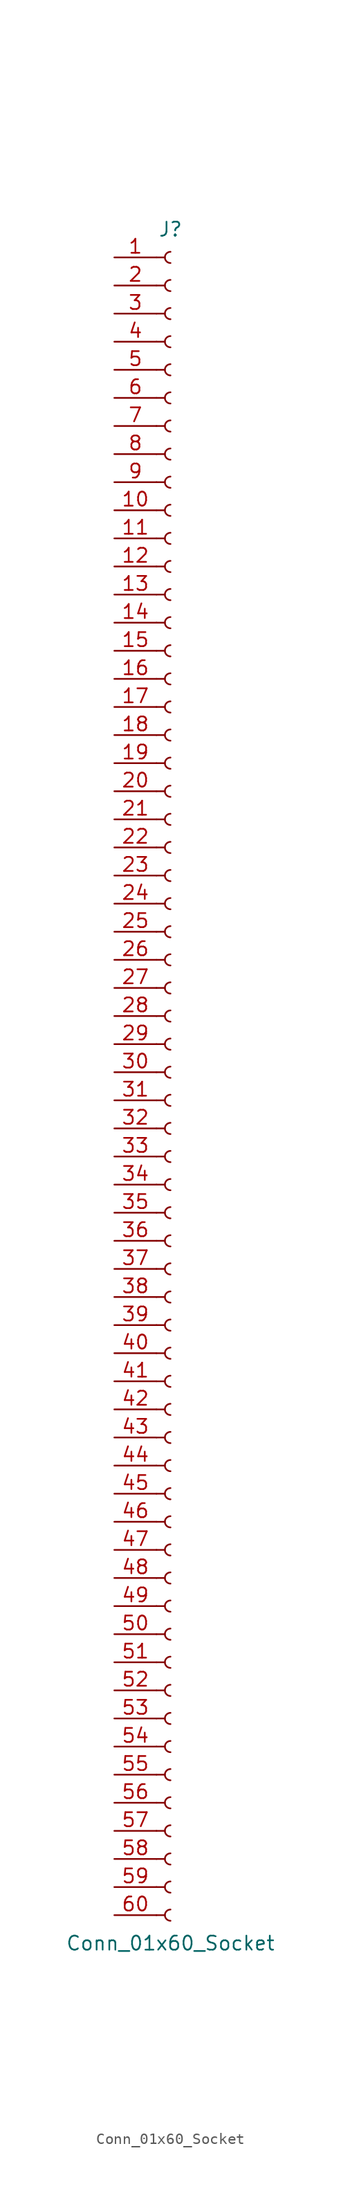
<source format=kicad_sym>
(kicad_symbol_lib
  (version 20241209)
  (generator "kicad_symbol_editor")
  (generator_version "9.0")
  (symbol "Conn_01x60_Socket"
    (pin_names
      (offset 1.016)
      (hide yes))
    (property "Reference" "J"
      (at 0 76.2 0)
      (effects (font (size 1.27 1.27))))
    (property "Value" "Conn_01x60_Socket"
      (at 0 -78.74 0)
      (effects (font (size 1.27 1.27))))
    (property "ki_locked" ""
      (at 0 0 0)
      (effects (font (size 1.27 1.27))))
    (symbol "Conn_01x60_Socket_1_1"
      (polyline (pts (xy -1.27 73.66) (xy -0.508 73.66)) (stroke (width 0.152) (type default)) (fill (type none)))
      (polyline (pts (xy -1.27 71.12) (xy -0.508 71.12)) (stroke (width 0.152) (type default)) (fill (type none)))
      (polyline (pts (xy -1.27 68.58) (xy -0.508 68.58)) (stroke (width 0.152) (type default)) (fill (type none)))
      (polyline (pts (xy -1.27 66.04) (xy -0.508 66.04)) (stroke (width 0.152) (type default)) (fill (type none)))
      (polyline (pts (xy -1.27 63.5) (xy -0.508 63.5)) (stroke (width 0.152) (type default)) (fill (type none)))
      (polyline (pts (xy -1.27 60.96) (xy -0.508 60.96)) (stroke (width 0.152) (type default)) (fill (type none)))
      (polyline (pts (xy -1.27 58.42) (xy -0.508 58.42)) (stroke (width 0.152) (type default)) (fill (type none)))
      (polyline (pts (xy -1.27 55.88) (xy -0.508 55.88)) (stroke (width 0.152) (type default)) (fill (type none)))
      (polyline (pts (xy -1.27 53.34) (xy -0.508 53.34)) (stroke (width 0.152) (type default)) (fill (type none)))
      (polyline (pts (xy -1.27 50.8) (xy -0.508 50.8)) (stroke (width 0.152) (type default)) (fill (type none)))
      (polyline (pts (xy -1.27 48.26) (xy -0.508 48.26)) (stroke (width 0.152) (type default)) (fill (type none)))
      (polyline (pts (xy -1.27 45.72) (xy -0.508 45.72)) (stroke (width 0.152) (type default)) (fill (type none)))
      (polyline (pts (xy -1.27 43.18) (xy -0.508 43.18)) (stroke (width 0.152) (type default)) (fill (type none)))
      (polyline (pts (xy -1.27 40.64) (xy -0.508 40.64)) (stroke (width 0.152) (type default)) (fill (type none)))
      (polyline (pts (xy -1.27 38.1) (xy -0.508 38.1)) (stroke (width 0.152) (type default)) (fill (type none)))
      (polyline (pts (xy -1.27 35.56) (xy -0.508 35.56)) (stroke (width 0.152) (type default)) (fill (type none)))
      (polyline (pts (xy -1.27 33.02) (xy -0.508 33.02)) (stroke (width 0.152) (type default)) (fill (type none)))
      (polyline (pts (xy -1.27 30.48) (xy -0.508 30.48)) (stroke (width 0.152) (type default)) (fill (type none)))
      (polyline (pts (xy -1.27 27.94) (xy -0.508 27.94)) (stroke (width 0.152) (type default)) (fill (type none)))
      (polyline (pts (xy -1.27 25.4) (xy -0.508 25.4)) (stroke (width 0.152) (type default)) (fill (type none)))
      (polyline (pts (xy -1.27 22.86) (xy -0.508 22.86)) (stroke (width 0.152) (type default)) (fill (type none)))
      (polyline (pts (xy -1.27 20.32) (xy -0.508 20.32)) (stroke (width 0.152) (type default)) (fill (type none)))
      (polyline (pts (xy -1.27 17.78) (xy -0.508 17.78)) (stroke (width 0.152) (type default)) (fill (type none)))
      (polyline (pts (xy -1.27 15.24) (xy -0.508 15.24)) (stroke (width 0.152) (type default)) (fill (type none)))
      (polyline (pts (xy -1.27 12.7) (xy -0.508 12.7)) (stroke (width 0.152) (type default)) (fill (type none)))
      (polyline (pts (xy -1.27 10.16) (xy -0.508 10.16)) (stroke (width 0.152) (type default)) (fill (type none)))
      (polyline (pts (xy -1.27 7.62) (xy -0.508 7.62)) (stroke (width 0.152) (type default)) (fill (type none)))
      (polyline (pts (xy -1.27 5.08) (xy -0.508 5.08)) (stroke (width 0.152) (type default)) (fill (type none)))
      (polyline (pts (xy -1.27 2.54) (xy -0.508 2.54)) (stroke (width 0.152) (type default)) (fill (type none)))
      (polyline (pts (xy -1.27 0) (xy -0.508 0)) (stroke (width 0.152) (type default)) (fill (type none)))
      (polyline (pts (xy -1.27 -2.54) (xy -0.508 -2.54)) (stroke (width 0.152) (type default)) (fill (type none)))
      (polyline (pts (xy -1.27 -5.08) (xy -0.508 -5.08)) (stroke (width 0.152) (type default)) (fill (type none)))
      (polyline (pts (xy -1.27 -7.62) (xy -0.508 -7.62)) (stroke (width 0.152) (type default)) (fill (type none)))
      (polyline (pts (xy -1.27 -10.16) (xy -0.508 -10.16)) (stroke (width 0.152) (type default)) (fill (type none)))
      (polyline (pts (xy -1.27 -12.7) (xy -0.508 -12.7)) (stroke (width 0.152) (type default)) (fill (type none)))
      (polyline (pts (xy -1.27 -15.24) (xy -0.508 -15.24)) (stroke (width 0.152) (type default)) (fill (type none)))
      (polyline (pts (xy -1.27 -17.78) (xy -0.508 -17.78)) (stroke (width 0.152) (type default)) (fill (type none)))
      (polyline (pts (xy -1.27 -20.32) (xy -0.508 -20.32)) (stroke (width 0.152) (type default)) (fill (type none)))
      (polyline (pts (xy -1.27 -22.86) (xy -0.508 -22.86)) (stroke (width 0.152) (type default)) (fill (type none)))
      (polyline (pts (xy -1.27 -25.4) (xy -0.508 -25.4)) (stroke (width 0.152) (type default)) (fill (type none)))
      (polyline (pts (xy -1.27 -27.94) (xy -0.508 -27.94)) (stroke (width 0.152) (type default)) (fill (type none)))
      (polyline (pts (xy -1.27 -30.48) (xy -0.508 -30.48)) (stroke (width 0.152) (type default)) (fill (type none)))
      (polyline (pts (xy -1.27 -33.02) (xy -0.508 -33.02)) (stroke (width 0.152) (type default)) (fill (type none)))
      (polyline (pts (xy -1.27 -35.56) (xy -0.508 -35.56)) (stroke (width 0.152) (type default)) (fill (type none)))
      (polyline (pts (xy -1.27 -38.1) (xy -0.508 -38.1)) (stroke (width 0.152) (type default)) (fill (type none)))
      (polyline (pts (xy -1.27 -40.64) (xy -0.508 -40.64)) (stroke (width 0.152) (type default)) (fill (type none)))
      (polyline (pts (xy -1.27 -43.18) (xy -0.508 -43.18)) (stroke (width 0.152) (type default)) (fill (type none)))
      (polyline (pts (xy -1.27 -45.72) (xy -0.508 -45.72)) (stroke (width 0.152) (type default)) (fill (type none)))
      (polyline (pts (xy -1.27 -48.26) (xy -0.508 -48.26)) (stroke (width 0.152) (type default)) (fill (type none)))
      (polyline (pts (xy -1.27 -50.8) (xy -0.508 -50.8)) (stroke (width 0.152) (type default)) (fill (type none)))
      (polyline (pts (xy -1.27 -53.34) (xy -0.508 -53.34)) (stroke (width 0.152) (type default)) (fill (type none)))
      (polyline (pts (xy -1.27 -55.88) (xy -0.508 -55.88)) (stroke (width 0.152) (type default)) (fill (type none)))
      (polyline (pts (xy -1.27 -58.42) (xy -0.508 -58.42)) (stroke (width 0.152) (type default)) (fill (type none)))
      (polyline (pts (xy -1.27 -60.96) (xy -0.508 -60.96)) (stroke (width 0.152) (type default)) (fill (type none)))
      (polyline (pts (xy -1.27 -63.5) (xy -0.508 -63.5)) (stroke (width 0.152) (type default)) (fill (type none)))
      (polyline (pts (xy -1.27 -66.04) (xy -0.508 -66.04)) (stroke (width 0.152) (type default)) (fill (type none)))
      (polyline (pts (xy -1.27 -68.58) (xy -0.508 -68.58)) (stroke (width 0.152) (type default)) (fill (type none)))
      (polyline (pts (xy -1.27 -71.12) (xy -0.508 -71.12)) (stroke (width 0.152) (type default)) (fill (type none)))
      (polyline (pts (xy -1.27 -73.66) (xy -0.508 -73.66)) (stroke (width 0.152) (type default)) (fill (type none)))
      (polyline (pts (xy -1.27 -76.2) (xy -0.508 -76.2)) (stroke (width 0.152) (type default)) (fill (type none)))
      (arc (start 0 73.152) (mid -0.5058 73.66) (end 0 74.168) (stroke (width 0.1524) (type default)) (fill (type none)))
      (arc (start 0 70.612) (mid -0.5058 71.12) (end 0 71.628) (stroke (width 0.1524) (type default)) (fill (type none)))
      (arc (start 0 68.072) (mid -0.5058 68.58) (end 0 69.088) (stroke (width 0.1524) (type default)) (fill (type none)))
      (arc (start 0 65.532) (mid -0.5058 66.04) (end 0 66.548) (stroke (width 0.1524) (type default)) (fill (type none)))
      (arc (start 0 62.992) (mid -0.5058 63.5) (end 0 64.008) (stroke (width 0.1524) (type default)) (fill (type none)))
      (arc (start 0 60.452) (mid -0.5058 60.96) (end 0 61.468) (stroke (width 0.1524) (type default)) (fill (type none)))
      (arc (start 0 57.912) (mid -0.5058 58.42) (end 0 58.928) (stroke (width 0.1524) (type default)) (fill (type none)))
      (arc (start 0 55.372) (mid -0.5058 55.88) (end 0 56.388) (stroke (width 0.1524) (type default)) (fill (type none)))
      (arc (start 0 52.832) (mid -0.5058 53.34) (end 0 53.848) (stroke (width 0.1524) (type default)) (fill (type none)))
      (arc (start 0 50.292) (mid -0.5058 50.8) (end 0 51.308) (stroke (width 0.1524) (type default)) (fill (type none)))
      (arc (start 0 47.752) (mid -0.5058 48.26) (end 0 48.768) (stroke (width 0.1524) (type default)) (fill (type none)))
      (arc (start 0 45.212) (mid -0.5058 45.72) (end 0 46.228) (stroke (width 0.1524) (type default)) (fill (type none)))
      (arc (start 0 42.672) (mid -0.5058 43.18) (end 0 43.688) (stroke (width 0.1524) (type default)) (fill (type none)))
      (arc (start 0 40.132) (mid -0.5058 40.64) (end 0 41.148) (stroke (width 0.1524) (type default)) (fill (type none)))
      (arc (start 0 37.592) (mid -0.5058 38.1) (end 0 38.608) (stroke (width 0.1524) (type default)) (fill (type none)))
      (arc (start 0 35.052) (mid -0.5058 35.56) (end 0 36.068) (stroke (width 0.1524) (type default)) (fill (type none)))
      (arc (start 0 32.512) (mid -0.5058 33.02) (end 0 33.528) (stroke (width 0.1524) (type default)) (fill (type none)))
      (arc (start 0 29.972) (mid -0.5058 30.48) (end 0 30.988) (stroke (width 0.1524) (type default)) (fill (type none)))
      (arc (start 0 27.432) (mid -0.5058 27.94) (end 0 28.448) (stroke (width 0.1524) (type default)) (fill (type none)))
      (arc (start 0 24.892) (mid -0.5058 25.4) (end 0 25.908) (stroke (width 0.1524) (type default)) (fill (type none)))
      (arc (start 0 22.352) (mid -0.5058 22.86) (end 0 23.368) (stroke (width 0.1524) (type default)) (fill (type none)))
      (arc (start 0 19.812) (mid -0.5058 20.32) (end 0 20.828) (stroke (width 0.1524) (type default)) (fill (type none)))
      (arc (start 0 17.272) (mid -0.5058 17.78) (end 0 18.288) (stroke (width 0.1524) (type default)) (fill (type none)))
      (arc (start 0 14.732) (mid -0.5058 15.24) (end 0 15.748) (stroke (width 0.1524) (type default)) (fill (type none)))
      (arc (start 0 12.192) (mid -0.5058 12.7) (end 0 13.208) (stroke (width 0.1524) (type default)) (fill (type none)))
      (arc (start 0 9.652) (mid -0.5058 10.16) (end 0 10.668) (stroke (width 0.1524) (type default)) (fill (type none)))
      (arc (start 0 7.112) (mid -0.5058 7.62) (end 0 8.128) (stroke (width 0.1524) (type default)) (fill (type none)))
      (arc (start 0 4.572) (mid -0.5058 5.08) (end 0 5.588) (stroke (width 0.1524) (type default)) (fill (type none)))
      (arc (start 0 2.032) (mid -0.5058 2.54) (end 0 3.048) (stroke (width 0.1524) (type default)) (fill (type none)))
      (arc (start 0 -0.508) (mid -0.5058 0) (end 0 0.508) (stroke (width 0.1524) (type default)) (fill (type none)))
      (arc (start 0 -3.048) (mid -0.5058 -2.54) (end 0 -2.032) (stroke (width 0.1524) (type default)) (fill (type none)))
      (arc (start 0 -5.588) (mid -0.5058 -5.08) (end 0 -4.572) (stroke (width 0.1524) (type default)) (fill (type none)))
      (arc (start 0 -8.128) (mid -0.5058 -7.62) (end 0 -7.112) (stroke (width 0.1524) (type default)) (fill (type none)))
      (arc (start 0 -10.668) (mid -0.5058 -10.16) (end 0 -9.652) (stroke (width 0.1524) (type default)) (fill (type none)))
      (arc (start 0 -13.208) (mid -0.5058 -12.7) (end 0 -12.192) (stroke (width 0.1524) (type default)) (fill (type none)))
      (arc (start 0 -15.748) (mid -0.5058 -15.24) (end 0 -14.732) (stroke (width 0.1524) (type default)) (fill (type none)))
      (arc (start 0 -18.288) (mid -0.5058 -17.78) (end 0 -17.272) (stroke (width 0.1524) (type default)) (fill (type none)))
      (arc (start 0 -20.828) (mid -0.5058 -20.32) (end 0 -19.812) (stroke (width 0.1524) (type default)) (fill (type none)))
      (arc (start 0 -23.368) (mid -0.5058 -22.86) (end 0 -22.352) (stroke (width 0.1524) (type default)) (fill (type none)))
      (arc (start 0 -25.908) (mid -0.5058 -25.4) (end 0 -24.892) (stroke (width 0.1524) (type default)) (fill (type none)))
      (arc (start 0 -28.448) (mid -0.5058 -27.94) (end 0 -27.432) (stroke (width 0.1524) (type default)) (fill (type none)))
      (arc (start 0 -30.988) (mid -0.5058 -30.48) (end 0 -29.972) (stroke (width 0.1524) (type default)) (fill (type none)))
      (arc (start 0 -33.528) (mid -0.5058 -33.02) (end 0 -32.512) (stroke (width 0.1524) (type default)) (fill (type none)))
      (arc (start 0 -36.068) (mid -0.5058 -35.56) (end 0 -35.052) (stroke (width 0.1524) (type default)) (fill (type none)))
      (arc (start 0 -38.608) (mid -0.5058 -38.1) (end 0 -37.592) (stroke (width 0.1524) (type default)) (fill (type none)))
      (arc (start 0 -41.148) (mid -0.5058 -40.64) (end 0 -40.132) (stroke (width 0.1524) (type default)) (fill (type none)))
      (arc (start 0 -43.688) (mid -0.5058 -43.18) (end 0 -42.672) (stroke (width 0.1524) (type default)) (fill (type none)))
      (arc (start 0 -46.228) (mid -0.5058 -45.72) (end 0 -45.212) (stroke (width 0.1524) (type default)) (fill (type none)))
      (arc (start 0 -48.768) (mid -0.5058 -48.26) (end 0 -47.752) (stroke (width 0.1524) (type default)) (fill (type none)))
      (arc (start 0 -51.308) (mid -0.5058 -50.8) (end 0 -50.292) (stroke (width 0.1524) (type default)) (fill (type none)))
      (arc (start 0 -53.848) (mid -0.5058 -53.34) (end 0 -52.832) (stroke (width 0.1524) (type default)) (fill (type none)))
      (arc (start 0 -56.388) (mid -0.5058 -55.88) (end 0 -55.372) (stroke (width 0.1524) (type default)) (fill (type none)))
      (arc (start 0 -58.928) (mid -0.5058 -58.42) (end 0 -57.912) (stroke (width 0.1524) (type default)) (fill (type none)))
      (arc (start 0 -61.468) (mid -0.5058 -60.96) (end 0 -60.452) (stroke (width 0.1524) (type default)) (fill (type none)))
      (arc (start 0 -64.008) (mid -0.5058 -63.5) (end 0 -62.992) (stroke (width 0.1524) (type default)) (fill (type none)))
      (arc (start 0 -66.548) (mid -0.5058 -66.04) (end 0 -65.532) (stroke (width 0.1524) (type default)) (fill (type none)))
      (arc (start 0 -69.088) (mid -0.5058 -68.58) (end 0 -68.072) (stroke (width 0.1524) (type default)) (fill (type none)))
      (arc (start 0 -71.628) (mid -0.5058 -71.12) (end 0 -70.612) (stroke (width 0.1524) (type default)) (fill (type none)))
      (arc (start 0 -74.168) (mid -0.5058 -73.66) (end 0 -73.152) (stroke (width 0.1524) (type default)) (fill (type none)))
      (arc (start 0 -76.708) (mid -0.5058 -76.2) (end 0 -75.692) (stroke (width 0.1524) (type default)) (fill (type none)))
      (pin passive line (at -5.08 73.66 0) (length 3.81) (name "Pin_1" (effects (font (size 1.27 1.27)))) (number "1" (effects (font (size 1.27 1.27)))))
      (pin passive line (at -5.08 71.12 0) (length 3.81) (name "Pin_2" (effects (font (size 1.27 1.27)))) (number "2" (effects (font (size 1.27 1.27)))))
      (pin passive line (at -5.08 68.58 0) (length 3.81) (name "Pin_3" (effects (font (size 1.27 1.27)))) (number "3" (effects (font (size 1.27 1.27)))))
      (pin passive line (at -5.08 66.04 0) (length 3.81) (name "Pin_4" (effects (font (size 1.27 1.27)))) (number "4" (effects (font (size 1.27 1.27)))))
      (pin passive line (at -5.08 63.5 0) (length 3.81) (name "Pin_5" (effects (font (size 1.27 1.27)))) (number "5" (effects (font (size 1.27 1.27)))))
      (pin passive line (at -5.08 60.96 0) (length 3.81) (name "Pin_6" (effects (font (size 1.27 1.27)))) (number "6" (effects (font (size 1.27 1.27)))))
      (pin passive line (at -5.08 58.42 0) (length 3.81) (name "Pin_7" (effects (font (size 1.27 1.27)))) (number "7" (effects (font (size 1.27 1.27)))))
      (pin passive line (at -5.08 55.88 0) (length 3.81) (name "Pin_8" (effects (font (size 1.27 1.27)))) (number "8" (effects (font (size 1.27 1.27)))))
      (pin passive line (at -5.08 53.34 0) (length 3.81) (name "Pin_9" (effects (font (size 1.27 1.27)))) (number "9" (effects (font (size 1.27 1.27)))))
      (pin passive line (at -5.08 50.8 0) (length 3.81) (name "Pin_10" (effects (font (size 1.27 1.27)))) (number "10" (effects (font (size 1.27 1.27)))))
      (pin passive line (at -5.08 48.26 0) (length 3.81) (name "Pin_11" (effects (font (size 1.27 1.27)))) (number "11" (effects (font (size 1.27 1.27)))))
      (pin passive line (at -5.08 45.72 0) (length 3.81) (name "Pin_12" (effects (font (size 1.27 1.27)))) (number "12" (effects (font (size 1.27 1.27)))))
      (pin passive line (at -5.08 43.18 0) (length 3.81) (name "Pin_13" (effects (font (size 1.27 1.27)))) (number "13" (effects (font (size 1.27 1.27)))))
      (pin passive line (at -5.08 40.64 0) (length 3.81) (name "Pin_14" (effects (font (size 1.27 1.27)))) (number "14" (effects (font (size 1.27 1.27)))))
      (pin passive line (at -5.08 38.1 0) (length 3.81) (name "Pin_15" (effects (font (size 1.27 1.27)))) (number "15" (effects (font (size 1.27 1.27)))))
      (pin passive line (at -5.08 35.56 0) (length 3.81) (name "Pin_16" (effects (font (size 1.27 1.27)))) (number "16" (effects (font (size 1.27 1.27)))))
      (pin passive line (at -5.08 33.02 0) (length 3.81) (name "Pin_17" (effects (font (size 1.27 1.27)))) (number "17" (effects (font (size 1.27 1.27)))))
      (pin passive line (at -5.08 30.48 0) (length 3.81) (name "Pin_18" (effects (font (size 1.27 1.27)))) (number "18" (effects (font (size 1.27 1.27)))))
      (pin passive line (at -5.08 27.94 0) (length 3.81) (name "Pin_19" (effects (font (size 1.27 1.27)))) (number "19" (effects (font (size 1.27 1.27)))))
      (pin passive line (at -5.08 25.4 0) (length 3.81) (name "Pin_20" (effects (font (size 1.27 1.27)))) (number "20" (effects (font (size 1.27 1.27)))))
      (pin passive line (at -5.08 22.86 0) (length 3.81) (name "Pin_21" (effects (font (size 1.27 1.27)))) (number "21" (effects (font (size 1.27 1.27)))))
      (pin passive line (at -5.08 20.32 0) (length 3.81) (name "Pin_22" (effects (font (size 1.27 1.27)))) (number "22" (effects (font (size 1.27 1.27)))))
      (pin passive line (at -5.08 17.78 0) (length 3.81) (name "Pin_23" (effects (font (size 1.27 1.27)))) (number "23" (effects (font (size 1.27 1.27)))))
      (pin passive line (at -5.08 15.24 0) (length 3.81) (name "Pin_24" (effects (font (size 1.27 1.27)))) (number "24" (effects (font (size 1.27 1.27)))))
      (pin passive line (at -5.08 12.7 0) (length 3.81) (name "Pin_25" (effects (font (size 1.27 1.27)))) (number "25" (effects (font (size 1.27 1.27)))))
      (pin passive line (at -5.08 10.16 0) (length 3.81) (name "Pin_26" (effects (font (size 1.27 1.27)))) (number "26" (effects (font (size 1.27 1.27)))))
      (pin passive line (at -5.08 7.62 0) (length 3.81) (name "Pin_27" (effects (font (size 1.27 1.27)))) (number "27" (effects (font (size 1.27 1.27)))))
      (pin passive line (at -5.08 5.08 0) (length 3.81) (name "Pin_28" (effects (font (size 1.27 1.27)))) (number "28" (effects (font (size 1.27 1.27)))))
      (pin passive line (at -5.08 2.54 0) (length 3.81) (name "Pin_29" (effects (font (size 1.27 1.27)))) (number "29" (effects (font (size 1.27 1.27)))))
      (pin passive line (at -5.08 0 0) (length 3.81) (name "Pin_30" (effects (font (size 1.27 1.27)))) (number "30" (effects (font (size 1.27 1.27)))))
      (pin passive line (at -5.08 -2.54 0) (length 3.81) (name "Pin_31" (effects (font (size 1.27 1.27)))) (number "31" (effects (font (size 1.27 1.27)))))
      (pin passive line (at -5.08 -5.08 0) (length 3.81) (name "Pin_32" (effects (font (size 1.27 1.27)))) (number "32" (effects (font (size 1.27 1.27)))))
      (pin passive line (at -5.08 -7.62 0) (length 3.81) (name "Pin_33" (effects (font (size 1.27 1.27)))) (number "33" (effects (font (size 1.27 1.27)))))
      (pin passive line (at -5.08 -10.16 0) (length 3.81) (name "Pin_34" (effects (font (size 1.27 1.27)))) (number "34" (effects (font (size 1.27 1.27)))))
      (pin passive line (at -5.08 -12.7 0) (length 3.81) (name "Pin_35" (effects (font (size 1.27 1.27)))) (number "35" (effects (font (size 1.27 1.27)))))
      (pin passive line (at -5.08 -15.24 0) (length 3.81) (name "Pin_36" (effects (font (size 1.27 1.27)))) (number "36" (effects (font (size 1.27 1.27)))))
      (pin passive line (at -5.08 -17.78 0) (length 3.81) (name "Pin_37" (effects (font (size 1.27 1.27)))) (number "37" (effects (font (size 1.27 1.27)))))
      (pin passive line (at -5.08 -20.32 0) (length 3.81) (name "Pin_38" (effects (font (size 1.27 1.27)))) (number "38" (effects (font (size 1.27 1.27)))))
      (pin passive line (at -5.08 -22.86 0) (length 3.81) (name "Pin_39" (effects (font (size 1.27 1.27)))) (number "39" (effects (font (size 1.27 1.27)))))
      (pin passive line (at -5.08 -25.4 0) (length 3.81) (name "Pin_40" (effects (font (size 1.27 1.27)))) (number "40" (effects (font (size 1.27 1.27)))))
      (pin passive line (at -5.08 -27.94 0) (length 3.81) (name "Pin_41" (effects (font (size 1.27 1.27)))) (number "41" (effects (font (size 1.27 1.27)))))
      (pin passive line (at -5.08 -30.48 0) (length 3.81) (name "Pin_42" (effects (font (size 1.27 1.27)))) (number "42" (effects (font (size 1.27 1.27)))))
      (pin passive line (at -5.08 -33.02 0) (length 3.81) (name "Pin_43" (effects (font (size 1.27 1.27)))) (number "43" (effects (font (size 1.27 1.27)))))
      (pin passive line (at -5.08 -35.56 0) (length 3.81) (name "Pin_44" (effects (font (size 1.27 1.27)))) (number "44" (effects (font (size 1.27 1.27)))))
      (pin passive line (at -5.08 -38.1 0) (length 3.81) (name "Pin_45" (effects (font (size 1.27 1.27)))) (number "45" (effects (font (size 1.27 1.27)))))
      (pin passive line (at -5.08 -40.64 0) (length 3.81) (name "Pin_46" (effects (font (size 1.27 1.27)))) (number "46" (effects (font (size 1.27 1.27)))))
      (pin passive line (at -5.08 -43.18 0) (length 3.81) (name "Pin_47" (effects (font (size 1.27 1.27)))) (number "47" (effects (font (size 1.27 1.27)))))
      (pin passive line (at -5.08 -45.72 0) (length 3.81) (name "Pin_48" (effects (font (size 1.27 1.27)))) (number "48" (effects (font (size 1.27 1.27)))))
      (pin passive line (at -5.08 -48.26 0) (length 3.81) (name "Pin_49" (effects (font (size 1.27 1.27)))) (number "49" (effects (font (size 1.27 1.27)))))
      (pin passive line (at -5.08 -50.8 0) (length 3.81) (name "Pin_50" (effects (font (size 1.27 1.27)))) (number "50" (effects (font (size 1.27 1.27)))))
      (pin passive line (at -5.08 -53.34 0) (length 3.81) (name "Pin_51" (effects (font (size 1.27 1.27)))) (number "51" (effects (font (size 1.27 1.27)))))
      (pin passive line (at -5.08 -55.88 0) (length 3.81) (name "Pin_52" (effects (font (size 1.27 1.27)))) (number "52" (effects (font (size 1.27 1.27)))))
      (pin passive line (at -5.08 -58.42 0) (length 3.81) (name "Pin_53" (effects (font (size 1.27 1.27)))) (number "53" (effects (font (size 1.27 1.27)))))
      (pin passive line (at -5.08 -60.96 0) (length 3.81) (name "Pin_54" (effects (font (size 1.27 1.27)))) (number "54" (effects (font (size 1.27 1.27)))))
      (pin passive line (at -5.08 -63.5 0) (length 3.81) (name "Pin_55" (effects (font (size 1.27 1.27)))) (number "55" (effects (font (size 1.27 1.27)))))
      (pin passive line (at -5.08 -66.04 0) (length 3.81) (name "Pin_56" (effects (font (size 1.27 1.27)))) (number "56" (effects (font (size 1.27 1.27)))))
      (pin passive line (at -5.08 -68.58 0) (length 3.81) (name "Pin_57" (effects (font (size 1.27 1.27)))) (number "57" (effects (font (size 1.27 1.27)))))
      (pin passive line (at -5.08 -71.12 0) (length 3.81) (name "Pin_58" (effects (font (size 1.27 1.27)))) (number "58" (effects (font (size 1.27 1.27)))))
      (pin passive line (at -5.08 -73.66 0) (length 3.81) (name "Pin_59" (effects (font (size 1.27 1.27)))) (number "59" (effects (font (size 1.27 1.27)))))
      (pin passive line (at -5.08 -76.2 0) (length 3.81) (name "Pin_60" (effects (font (size 1.27 1.27)))) (number "60" (effects (font (size 1.27 1.27))))))))
</source>
